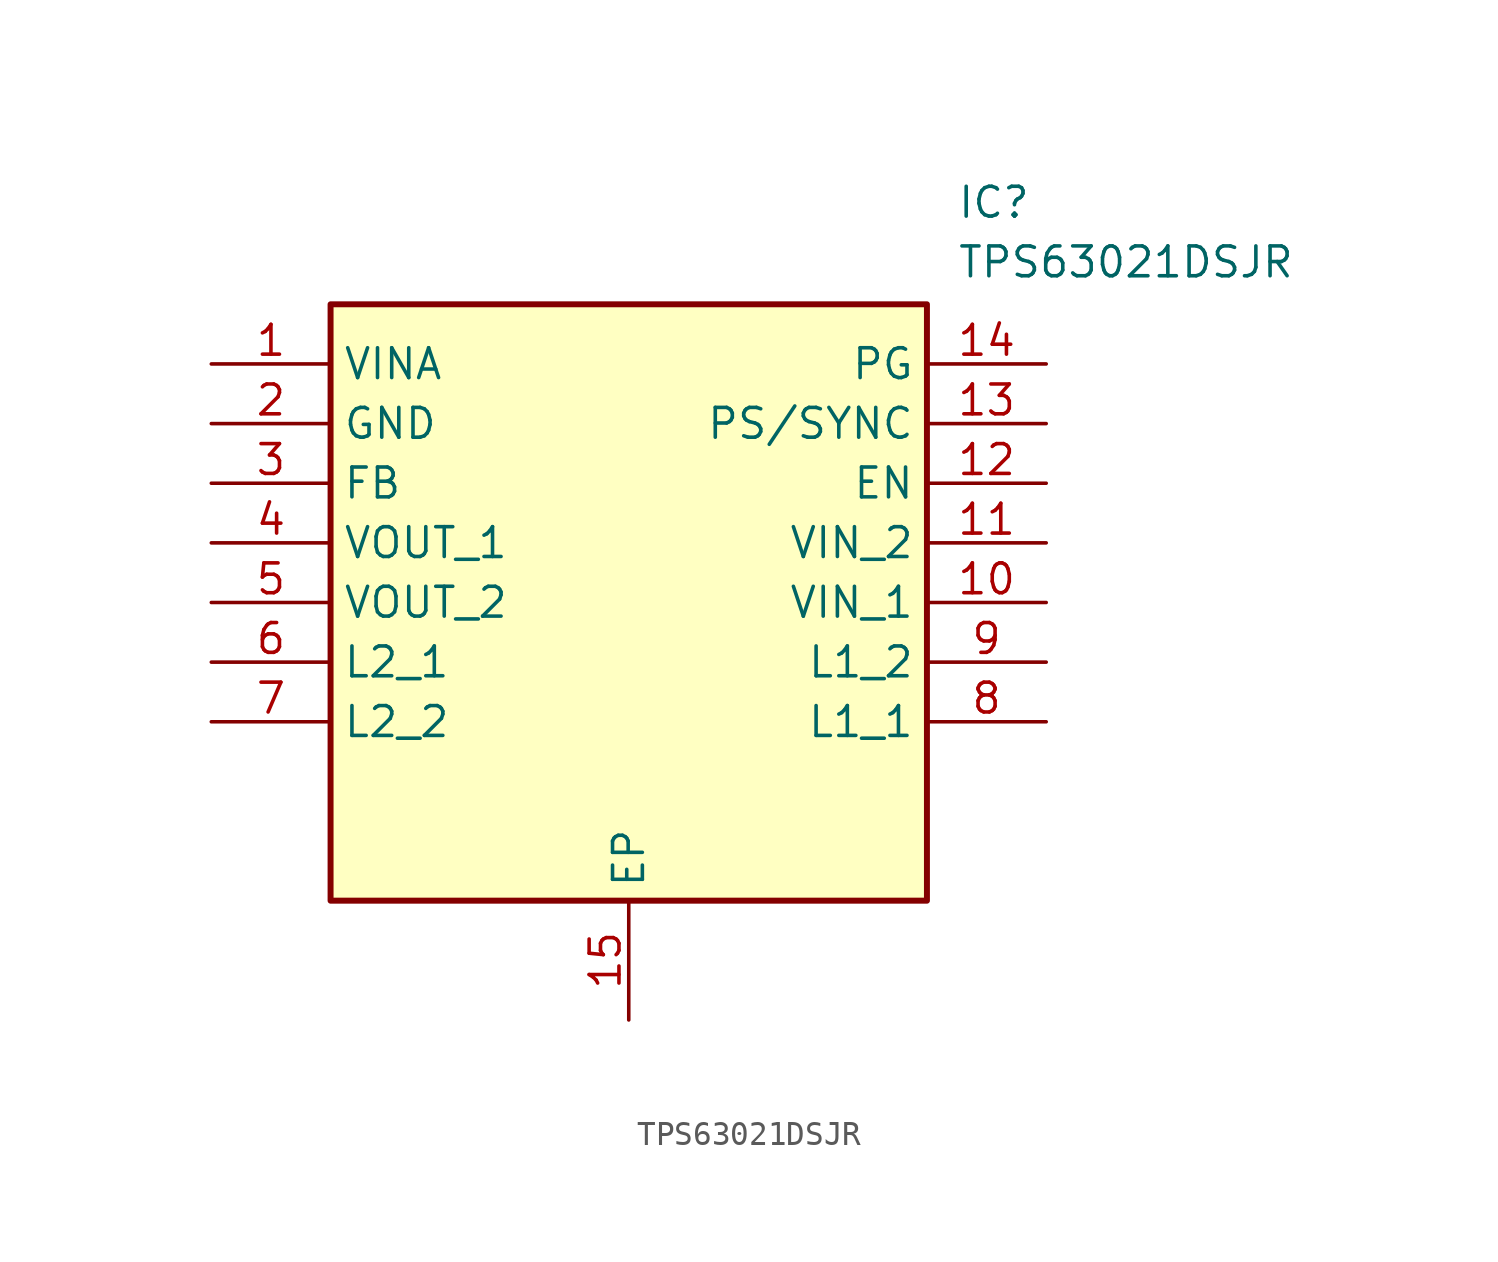
<source format=kicad_sym>
(kicad_symbol_lib
  (version 20211014)
  (generator SamacSys_ECAD_Model)
  (symbol "TPS63021DSJR"
    (property "Reference" "IC"
      (at 31.75 7.62 0)
      (effects (font (size 1.27 1.27)) (justify left top)))
    (property "Value" "TPS63021DSJR"
      (at 31.75 5.08 0)
      (effects (font (size 1.27 1.27)) (justify left top)))
    (rectangle
      (start 5.08 2.54)
      (end 30.48 -22.86)
      (stroke (width 0.254) (type default))
      (fill (type background)))
    (pin passive line
      (at 0 0 0)
      (length 5.08)
      (name "VINA" (effects (font (size 1.27 1.27))))
      (number "1" (effects (font (size 1.27 1.27)))))
    (pin passive line
      (at 0 -2.54 0)
      (length 5.08)
      (name "GND" (effects (font (size 1.27 1.27))))
      (number "2" (effects (font (size 1.27 1.27)))))
    (pin passive line
      (at 0 -5.08 0)
      (length 5.08)
      (name "FB" (effects (font (size 1.27 1.27))))
      (number "3" (effects (font (size 1.27 1.27)))))
    (pin passive line
      (at 0 -7.62 0)
      (length 5.08)
      (name "VOUT_1" (effects (font (size 1.27 1.27))))
      (number "4" (effects (font (size 1.27 1.27)))))
    (pin passive line
      (at 0 -10.16 0)
      (length 5.08)
      (name "VOUT_2" (effects (font (size 1.27 1.27))))
      (number "5" (effects (font (size 1.27 1.27)))))
    (pin passive line
      (at 0 -12.7 0)
      (length 5.08)
      (name "L2_1" (effects (font (size 1.27 1.27))))
      (number "6" (effects (font (size 1.27 1.27)))))
    (pin passive line
      (at 0 -15.24 0)
      (length 5.08)
      (name "L2_2" (effects (font (size 1.27 1.27))))
      (number "7" (effects (font (size 1.27 1.27)))))
    (pin passive line
      (at 17.78 -27.94 90)
      (length 5.08)
      (name "EP" (effects (font (size 1.27 1.27))))
      (number "15" (effects (font (size 1.27 1.27)))))
    (pin passive line
      (at 35.56 0 180)
      (length 5.08)
      (name "PG" (effects (font (size 1.27 1.27))))
      (number "14" (effects (font (size 1.27 1.27)))))
    (pin passive line
      (at 35.56 -2.54 180)
      (length 5.08)
      (name "PS/SYNC" (effects (font (size 1.27 1.27))))
      (number "13" (effects (font (size 1.27 1.27)))))
    (pin passive line
      (at 35.56 -5.08 180)
      (length 5.08)
      (name "EN" (effects (font (size 1.27 1.27))))
      (number "12" (effects (font (size 1.27 1.27)))))
    (pin passive line
      (at 35.56 -7.62 180)
      (length 5.08)
      (name "VIN_2" (effects (font (size 1.27 1.27))))
      (number "11" (effects (font (size 1.27 1.27)))))
    (pin passive line
      (at 35.56 -10.16 180)
      (length 5.08)
      (name "VIN_1" (effects (font (size 1.27 1.27))))
      (number "10" (effects (font (size 1.27 1.27)))))
    (pin passive line
      (at 35.56 -12.7 180)
      (length 5.08)
      (name "L1_2" (effects (font (size 1.27 1.27))))
      (number "9" (effects (font (size 1.27 1.27)))))
    (pin passive line
      (at 35.56 -15.24 180)
      (length 5.08)
      (name "L1_1" (effects (font (size 1.27 1.27))))
      (number "8" (effects (font (size 1.27 1.27)))))))
</source>
